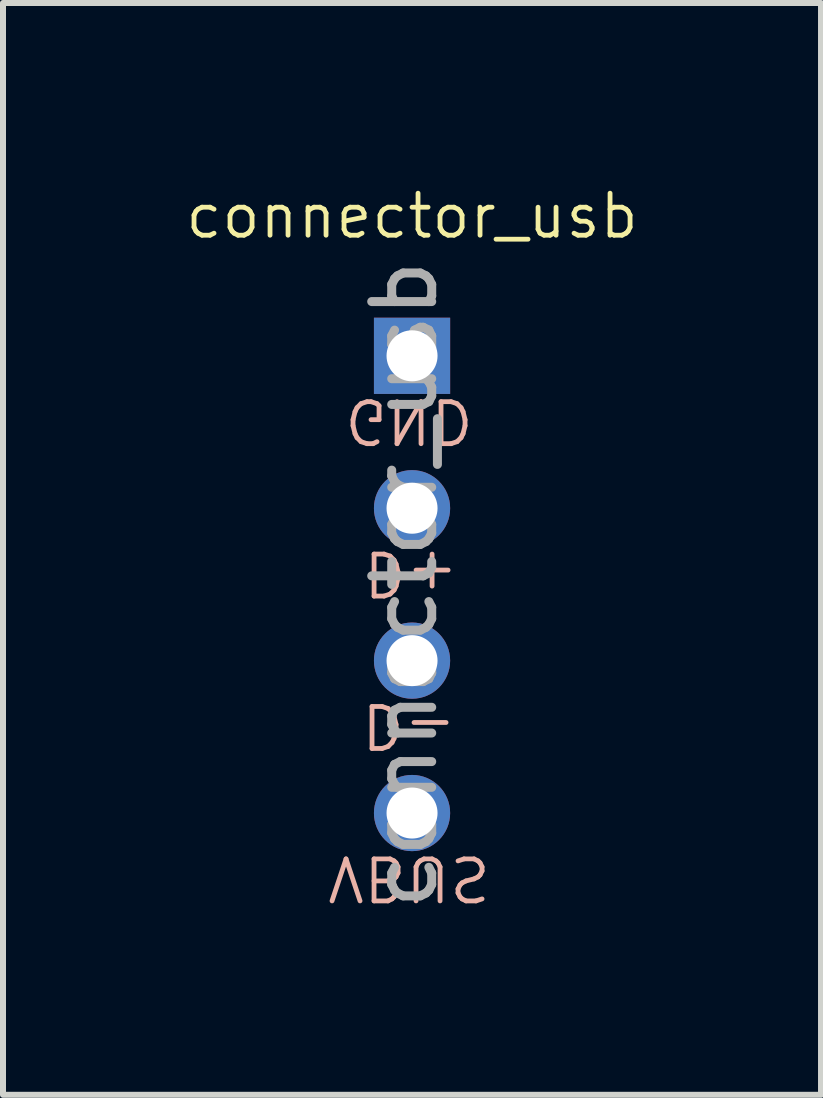
<source format=kicad_pcb>
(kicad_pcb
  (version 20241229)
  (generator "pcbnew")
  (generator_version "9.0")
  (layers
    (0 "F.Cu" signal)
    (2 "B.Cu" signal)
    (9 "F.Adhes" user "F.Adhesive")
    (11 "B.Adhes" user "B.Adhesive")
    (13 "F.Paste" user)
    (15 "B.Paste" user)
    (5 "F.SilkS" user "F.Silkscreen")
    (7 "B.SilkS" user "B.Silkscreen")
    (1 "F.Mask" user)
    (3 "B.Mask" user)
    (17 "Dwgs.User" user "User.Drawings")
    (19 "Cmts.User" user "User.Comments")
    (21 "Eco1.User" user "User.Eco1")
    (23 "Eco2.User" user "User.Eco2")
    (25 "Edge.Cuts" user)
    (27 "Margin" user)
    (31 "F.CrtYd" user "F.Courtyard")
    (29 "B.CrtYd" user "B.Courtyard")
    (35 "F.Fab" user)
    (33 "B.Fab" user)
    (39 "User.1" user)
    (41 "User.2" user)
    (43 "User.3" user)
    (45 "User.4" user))
  (footprint "connector_usb"
    (layer "F.Cu")
    (at 3.817 2.88)
    (property "Reference" "connector_usb" (at 0 -2.33 180) (layer "F.SilkS") (effects (font (size 0.7 0.7) (thickness 0.08))))
    (attr through_hole exclude_from_bom)
    (fp_text user "D-" (at -0.05 6.164 180) (unlocked yes) (layer "B.SilkS") (effects (font (size 0.7 0.7) (thickness 0.08)) (justify mirror)))
    (fp_text user "GND" (at -0.05 1.084 180) (unlocked yes) (layer "B.SilkS") (effects (font (size 0.7 0.7) (thickness 0.08)) (justify mirror)))
    (fp_text user "D+" (at -0.016 3.624 180) (unlocked yes) (layer "B.SilkS") (effects (font (size 0.7 0.7) (thickness 0.08)) (justify mirror)))
    (fp_text user "VBUS" (at -0.05 8.704 180) (unlocked yes) (layer "B.SilkS") (effects (font (size 0.7 0.7) (thickness 0.08)) (justify mirror)))
    (fp_text user "${REFERENCE}" (at -0.127 3.81 270) (layer "F.Fab") (effects (font (size 1 1) (thickness 0.15))))
    (pad "1" thru_hole rect (at 0 0) (size 1.27 1.27) (drill 0.85) (layers "*.Cu" "*.Mask"))
    (pad "2" thru_hole oval (at 0 2.54) (size 1.27 1.27) (drill 0.85) (layers "*.Cu" "*.Mask"))
    (pad "3" thru_hole oval (at 0 5.08) (size 1.27 1.27) (drill 0.85) (layers "*.Cu" "*.Mask"))
    (pad "4" thru_hole oval (at 0 7.62) (size 1.27 1.27) (drill 0.85) (layers "*.Cu" "*.Mask")))
  (gr_rect
    (start -3 -3)
    (end 10.633 15.196)
    (stroke (width 0.1) (type default))
    (fill no)
    (layer "Edge.Cuts")))
</source>
